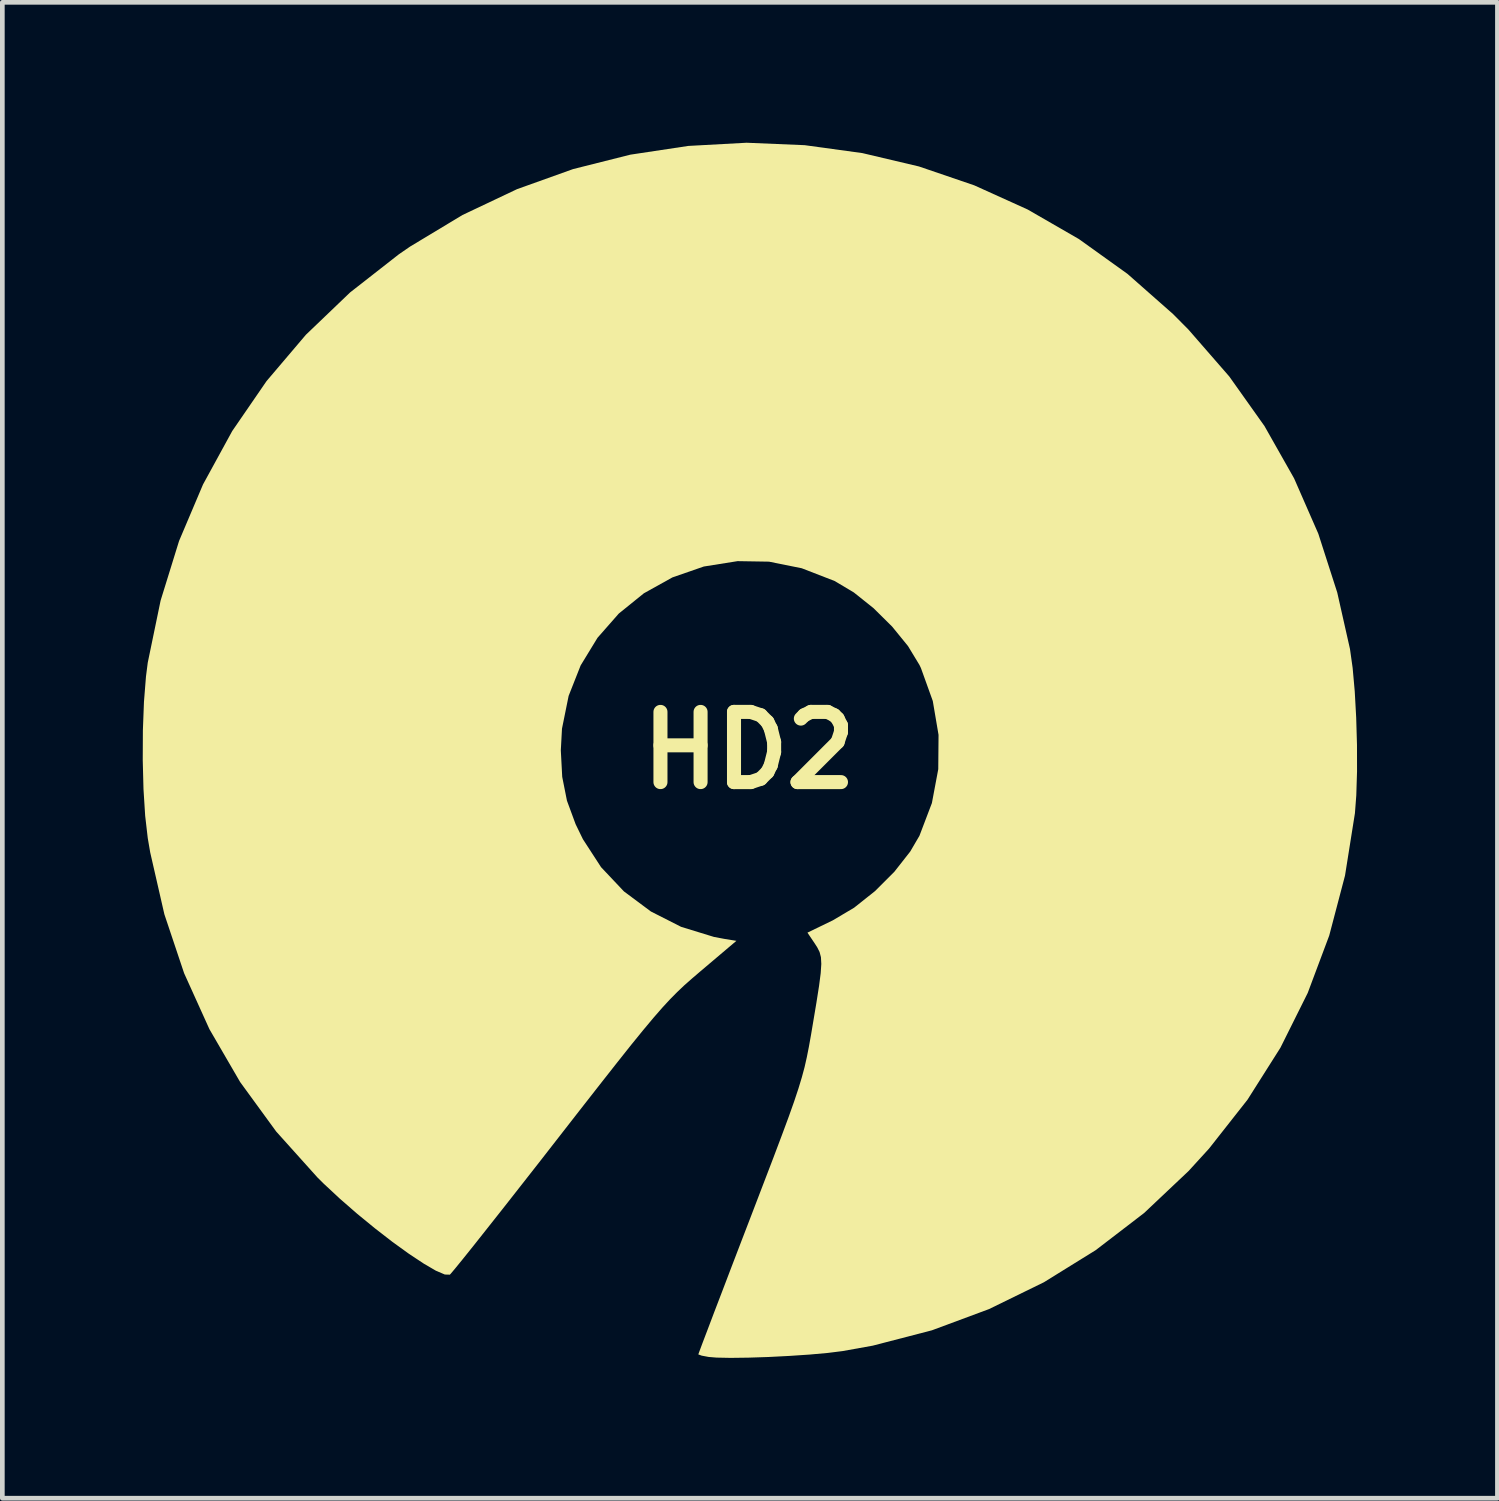
<source format=kicad_pcb>
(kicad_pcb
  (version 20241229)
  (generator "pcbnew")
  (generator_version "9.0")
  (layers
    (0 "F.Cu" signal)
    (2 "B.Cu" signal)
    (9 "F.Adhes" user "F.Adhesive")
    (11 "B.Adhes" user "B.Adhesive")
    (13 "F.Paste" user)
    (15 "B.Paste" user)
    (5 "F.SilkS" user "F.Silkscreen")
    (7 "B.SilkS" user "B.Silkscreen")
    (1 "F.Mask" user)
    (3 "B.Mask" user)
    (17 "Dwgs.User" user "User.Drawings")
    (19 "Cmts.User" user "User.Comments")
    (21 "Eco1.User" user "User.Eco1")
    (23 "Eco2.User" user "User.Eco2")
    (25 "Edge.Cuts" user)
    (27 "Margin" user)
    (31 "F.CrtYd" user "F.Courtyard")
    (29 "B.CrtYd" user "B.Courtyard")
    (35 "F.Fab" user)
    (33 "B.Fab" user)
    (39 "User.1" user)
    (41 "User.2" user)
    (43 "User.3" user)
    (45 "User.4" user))
  (footprint "HD2"
    (layer "F.Cu")
    (at 12.955 12.983)
    (property "Reference" "HD2" (at 0 0 0) (layer "F.SilkS") (effects (font (size 1.5 1.5) (thickness 0.3))))
    (attr board_only exclude_from_pos_files exclude_from_bom)
    (fp_poly (pts (xy 1.189 -12.931) (xy 2.42 -12.762) (xy 3.631 -12.476) (xy 4.812 -12.073) (xy 5.954 -11.556) (xy 7.048 -10.925) (xy 8.086 -10.181) (xy 9.058 -9.324) (xy 9.386 -8.994) (xy 10.261 -7.989) (xy 11.013 -6.93) (xy 11.646 -5.812) (xy 12.164 -4.628) (xy 12.568 -3.373) (xy 12.84 -2.167) (xy 12.897 -1.762) (xy 12.942 -1.26) (xy 12.973 -0.699) (xy 12.99 -0.116) (xy 12.991 0.45) (xy 12.975 0.963) (xy 12.946 1.343) (xy 12.734 2.676) (xy 12.397 3.957) (xy 11.937 5.184) (xy 11.354 6.354) (xy 10.651 7.464) (xy 9.828 8.51) (xy 9.391 8.989) (xy 8.441 9.886) (xy 7.406 10.68) (xy 6.299 11.366) (xy 5.129 11.938) (xy 3.907 12.392) (xy 2.643 12.72) (xy 1.997 12.836) (xy 1.685 12.875) (xy 1.297 12.91) (xy 0.864 12.939) (xy 0.418 12.962) (xy -0.011 12.976) (xy -0.393 12.981) (xy -0.695 12.975) (xy -0.864 12.961) (xy -1.013 12.933) (xy -1.083 12.907) (xy -1.084 12.906) (xy -1.06 12.84) (xy -0.993 12.66) (xy -0.886 12.379) (xy -0.746 12.009) (xy -0.575 11.563) (xy -0.381 11.054) (xy -0.166 10.493) (xy 0.039 9.96) (xy 0.301 9.276) (xy 0.52 8.704) (xy 0.7 8.227) (xy 0.846 7.833) (xy 0.963 7.504) (xy 1.055 7.227) (xy 1.128 6.986) (xy 1.187 6.767) (xy 1.235 6.554) (xy 1.279 6.332) (xy 1.323 6.086) (xy 1.359 5.872) (xy 1.439 5.395) (xy 1.496 5.032) (xy 1.531 4.761) (xy 1.544 4.564) (xy 1.536 4.419) (xy 1.507 4.308) (xy 1.457 4.209) (xy 1.403 4.125) (xy 1.248 3.895) (xy 1.792 3.631) (xy 2.245 3.362) (xy 2.693 3.006) (xy 3.104 2.595) (xy 3.444 2.162) (xy 3.641 1.825) (xy 3.907 1.126) (xy 4.043 0.402) (xy 4.049 -0.33) (xy 3.926 -1.055) (xy 3.673 -1.758) (xy 3.641 -1.825) (xy 3.396 -2.229) (xy 3.057 -2.645) (xy 2.66 -3.038) (xy 2.239 -3.374) (xy 1.83 -3.618) (xy 1.126 -3.891) (xy 0.426 -4.032) (xy -0.245 -4.043) (xy -0.967 -3.928) (xy -1.638 -3.695) (xy -2.247 -3.356) (xy -2.784 -2.922) (xy -3.238 -2.405) (xy -3.598 -1.815) (xy -3.855 -1.164) (xy -3.997 -0.463) (xy -4.022 0) (xy -3.992 0.567) (xy -3.891 1.075) (xy -3.706 1.577) (xy -3.55 1.898) (xy -3.162 2.496) (xy -2.673 3.014) (xy -2.097 3.443) (xy -1.451 3.771) (xy -0.748 3.987) (xy -0.524 4.029) (xy -0.27 4.07) (xy -1.047 4.728) (xy -1.221 4.877) (xy -1.381 5.018) (xy -1.534 5.163) (xy -1.69 5.321) (xy -1.857 5.502) (xy -2.046 5.719) (xy -2.264 5.98) (xy -2.521 6.296) (xy -2.825 6.679) (xy -3.186 7.138) (xy -3.613 7.684) (xy -4.064 8.263) (xy -4.49 8.81) (xy -4.893 9.324) (xy -5.264 9.797) (xy -5.597 10.218) (xy -5.882 10.578) (xy -6.112 10.865) (xy -6.279 11.07) (xy -6.375 11.184) (xy -6.393 11.203) (xy -6.5 11.2) (xy -6.692 11.118) (xy -6.952 10.966) (xy -7.266 10.758) (xy -7.618 10.504) (xy -7.991 10.215) (xy -8.372 9.903) (xy -8.743 9.58) (xy -9.09 9.257) (xy -9.22 9.128) (xy -10.103 8.145) (xy -10.874 7.087) (xy -11.53 5.958) (xy -12.071 4.762) (xy -12.493 3.502) (xy -12.795 2.183) (xy -12.848 1.874) (xy -12.903 1.399) (xy -12.939 0.83) (xy -12.955 0.208) (xy -12.952 -0.428) (xy -12.929 -1.036) (xy -12.886 -1.577) (xy -12.848 -1.874) (xy -12.573 -3.202) (xy -12.179 -4.474) (xy -11.667 -5.682) (xy -11.043 -6.823) (xy -10.309 -7.891) (xy -9.469 -8.88) (xy -8.525 -9.784) (xy -7.483 -10.599) (xy -7.245 -10.763) (xy -6.123 -11.439) (xy -4.958 -11.991) (xy -3.76 -12.42) (xy -2.537 -12.728) (xy -1.298 -12.915) (xy -0.053 -12.983)) (stroke (width 0) (type solid)) (fill yes) (layer "F.SilkS")))
  (gr_rect
    (start -3 -3)
    (end 28.946 28.963)
    (stroke (width 0.1) (type default))
    (fill no)
    (layer "Edge.Cuts")))
</source>
